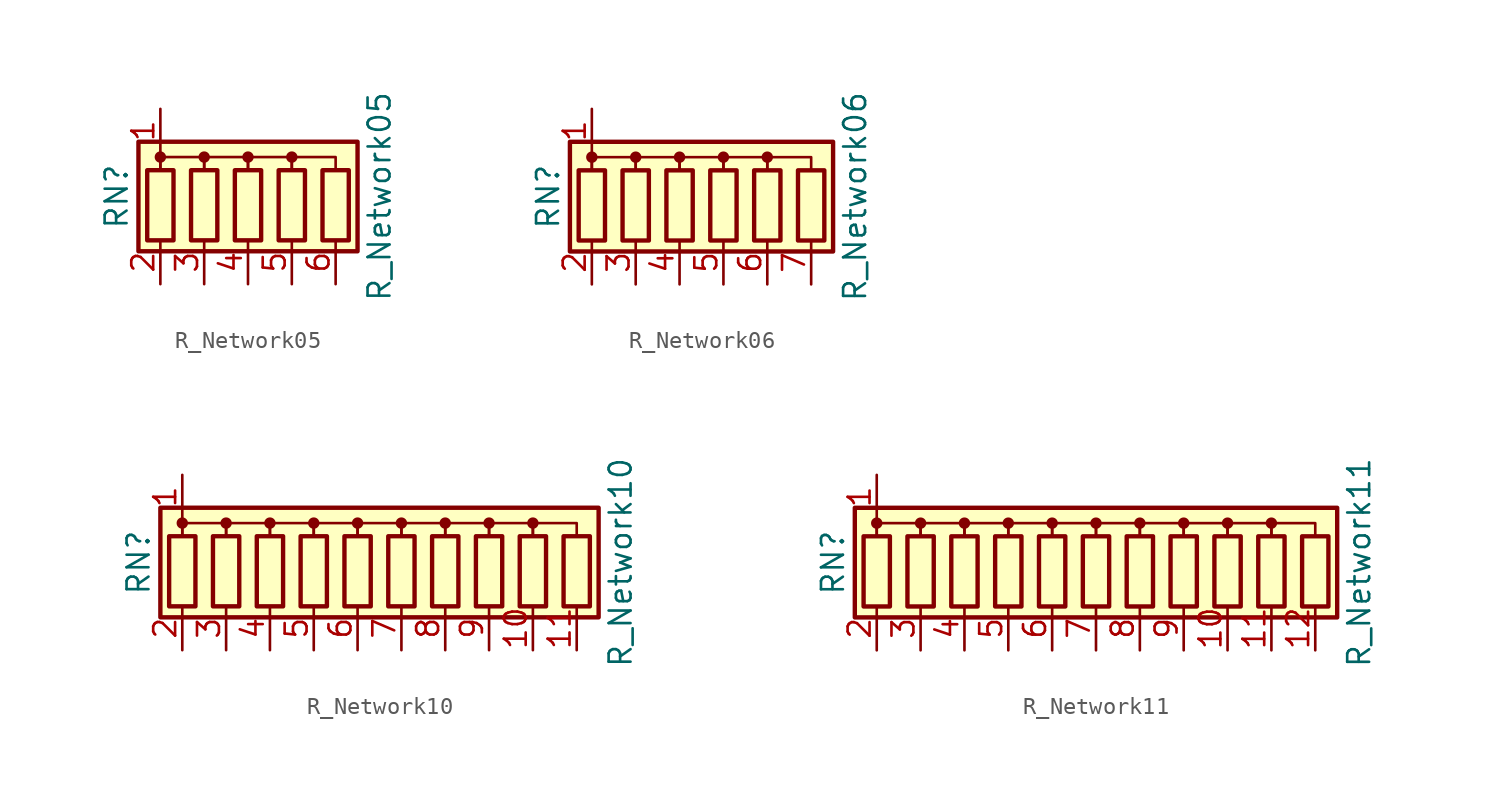
<source format=kicad_sym>
(kicad_symbol_lib
  (version 20201005)
  (generator kicad_symbol_editor)
  (symbol "R_Network05"
    (pin_names
      (offset 0) hide)
    (property "Reference" "RN"
      (at -7.62 0 90)
      (effects (font (size 1.27 1.27))))
    (property "Value" "R_Network05"
      (at 7.62 0 90)
      (effects (font (size 1.27 1.27))))
    (symbol "R_Network05_0_1"
      (circle (center -5.08 2.286) (radius 0.254) (stroke (width 0)) (fill (type outline)))
      (circle (center -2.54 2.286) (radius 0.254) (stroke (width 0)) (fill (type outline)))
      (circle (center 0 2.286) (radius 0.254) (stroke (width 0)) (fill (type outline)))
      (circle (center 2.54 2.286) (radius 0.254) (stroke (width 0)) (fill (type outline)))
      (rectangle (start -5.842 1.524) (end -4.318 -2.54) (stroke (width 0.254)) (fill (type none)))
      (rectangle (start -3.302 1.524) (end -1.778 -2.54) (stroke (width 0.254)) (fill (type none)))
      (rectangle (start -0.762 1.524) (end 0.762 -2.54) (stroke (width 0.254)) (fill (type none)))
      (rectangle (start 1.778 1.524) (end 3.302 -2.54) (stroke (width 0.254)) (fill (type none)))
      (rectangle (start 4.318 1.524) (end 5.842 -2.54) (stroke (width 0.254)) (fill (type none)))
      (rectangle (start -6.35 -3.175) (end 6.35 3.175) (stroke (width 0.254)) (fill (type background)))
      (polyline (pts (xy -5.08 2.54) (xy -5.08 1.524)) (stroke (width 0)) (fill (type none)))
      (polyline (pts (xy -5.08 1.524) (xy -5.08 2.286) (xy -2.54 2.286) (xy -2.54 1.524)) (stroke (width 0)) (fill (type none)))
      (polyline (pts (xy -2.54 1.524) (xy -2.54 2.286) (xy 0 2.286) (xy 0 1.524)) (stroke (width 0)) (fill (type none)))
      (polyline (pts (xy 0 1.524) (xy 0 2.286) (xy 2.54 2.286) (xy 2.54 1.524)) (stroke (width 0)) (fill (type none)))
      (polyline (pts (xy 2.54 1.524) (xy 2.54 2.286) (xy 5.08 2.286) (xy 5.08 1.524)) (stroke (width 0)) (fill (type none))))
    (symbol "R_Network05_1_1"
      (pin passive line (at -5.08 5.08 270) (length 2.54) (name "common" (effects (font (size 1.27 1.27)))) (number "1" (effects (font (size 1.27 1.27)))))
      (pin passive line (at -5.08 -5.08 90) (length 2.54) (name "R1" (effects (font (size 1.27 1.27)))) (number "2" (effects (font (size 1.27 1.27)))))
      (pin passive line (at -2.54 -5.08 90) (length 2.54) (name "R2" (effects (font (size 1.27 1.27)))) (number "3" (effects (font (size 1.27 1.27)))))
      (pin passive line (at 0 -5.08 90) (length 2.54) (name "R3" (effects (font (size 1.27 1.27)))) (number "4" (effects (font (size 1.27 1.27)))))
      (pin passive line (at 2.54 -5.08 90) (length 2.54) (name "R4" (effects (font (size 1.27 1.27)))) (number "5" (effects (font (size 1.27 1.27)))))
      (pin passive line (at 5.08 -5.08 90) (length 2.54) (name "R5" (effects (font (size 1.27 1.27)))) (number "6" (effects (font (size 1.27 1.27)))))))
  (symbol "R_Network06"
    (pin_names
      (offset 0) hide)
    (property "Reference" "RN"
      (at -10.16 0 90)
      (effects (font (size 1.27 1.27))))
    (property "Value" "R_Network06"
      (at 7.62 0 90)
      (effects (font (size 1.27 1.27))))
    (symbol "R_Network06_0_1"
      (circle (center -7.62 2.286) (radius 0.254) (stroke (width 0)) (fill (type outline)))
      (circle (center -5.08 2.286) (radius 0.254) (stroke (width 0)) (fill (type outline)))
      (circle (center -2.54 2.286) (radius 0.254) (stroke (width 0)) (fill (type outline)))
      (circle (center 0 2.286) (radius 0.254) (stroke (width 0)) (fill (type outline)))
      (circle (center 2.54 2.286) (radius 0.254) (stroke (width 0)) (fill (type outline)))
      (rectangle (start -8.382 1.524) (end -6.858 -2.54) (stroke (width 0.254)) (fill (type none)))
      (rectangle (start -5.842 1.524) (end -4.318 -2.54) (stroke (width 0.254)) (fill (type none)))
      (rectangle (start -3.302 1.524) (end -1.778 -2.54) (stroke (width 0.254)) (fill (type none)))
      (rectangle (start -0.762 1.524) (end 0.762 -2.54) (stroke (width 0.254)) (fill (type none)))
      (rectangle (start 1.778 1.524) (end 3.302 -2.54) (stroke (width 0.254)) (fill (type none)))
      (rectangle (start 4.318 1.524) (end 5.842 -2.54) (stroke (width 0.254)) (fill (type none)))
      (rectangle (start -8.89 -3.175) (end 6.35 3.175) (stroke (width 0.254)) (fill (type background)))
      (polyline (pts (xy -7.62 2.54) (xy -7.62 1.524)) (stroke (width 0)) (fill (type none)))
      (polyline (pts (xy -7.62 1.524) (xy -7.62 2.286) (xy -5.08 2.286) (xy -5.08 1.524)) (stroke (width 0)) (fill (type none)))
      (polyline (pts (xy -5.08 1.524) (xy -5.08 2.286) (xy -2.54 2.286) (xy -2.54 1.524)) (stroke (width 0)) (fill (type none)))
      (polyline (pts (xy -2.54 1.524) (xy -2.54 2.286) (xy 0 2.286) (xy 0 1.524)) (stroke (width 0)) (fill (type none)))
      (polyline (pts (xy 0 1.524) (xy 0 2.286) (xy 2.54 2.286) (xy 2.54 1.524)) (stroke (width 0)) (fill (type none)))
      (polyline (pts (xy 2.54 1.524) (xy 2.54 2.286) (xy 5.08 2.286) (xy 5.08 1.524)) (stroke (width 0)) (fill (type none))))
    (symbol "R_Network06_1_1"
      (pin passive line (at -7.62 5.08 270) (length 2.54) (name "common" (effects (font (size 1.27 1.27)))) (number "1" (effects (font (size 1.27 1.27)))))
      (pin passive line (at -7.62 -5.08 90) (length 2.54) (name "R1" (effects (font (size 1.27 1.27)))) (number "2" (effects (font (size 1.27 1.27)))))
      (pin passive line (at -5.08 -5.08 90) (length 2.54) (name "R2" (effects (font (size 1.27 1.27)))) (number "3" (effects (font (size 1.27 1.27)))))
      (pin passive line (at -2.54 -5.08 90) (length 2.54) (name "R3" (effects (font (size 1.27 1.27)))) (number "4" (effects (font (size 1.27 1.27)))))
      (pin passive line (at 0 -5.08 90) (length 2.54) (name "R4" (effects (font (size 1.27 1.27)))) (number "5" (effects (font (size 1.27 1.27)))))
      (pin passive line (at 2.54 -5.08 90) (length 2.54) (name "R5" (effects (font (size 1.27 1.27)))) (number "6" (effects (font (size 1.27 1.27)))))
      (pin passive line (at 5.08 -5.08 90) (length 2.54) (name "R6" (effects (font (size 1.27 1.27)))) (number "7" (effects (font (size 1.27 1.27)))))))
  (symbol "R_Network10"
    (pin_names
      (offset 0) hide)
    (property "Reference" "RN"
      (at -15.24 0 90)
      (effects (font (size 1.27 1.27))))
    (property "Value" "R_Network10"
      (at 12.7 0 90)
      (effects (font (size 1.27 1.27))))
    (symbol "R_Network10_0_1"
      (circle (center -12.7 2.286) (radius 0.254) (stroke (width 0)) (fill (type outline)))
      (circle (center -10.16 2.286) (radius 0.254) (stroke (width 0)) (fill (type outline)))
      (circle (center -7.62 2.286) (radius 0.254) (stroke (width 0)) (fill (type outline)))
      (circle (center -5.08 2.286) (radius 0.254) (stroke (width 0)) (fill (type outline)))
      (circle (center -2.54 2.286) (radius 0.254) (stroke (width 0)) (fill (type outline)))
      (circle (center 0 2.286) (radius 0.254) (stroke (width 0)) (fill (type outline)))
      (circle (center 2.54 2.286) (radius 0.254) (stroke (width 0)) (fill (type outline)))
      (circle (center 5.08 2.286) (radius 0.254) (stroke (width 0)) (fill (type outline)))
      (circle (center 7.62 2.286) (radius 0.254) (stroke (width 0)) (fill (type outline)))
      (rectangle (start -13.462 1.524) (end -11.938 -2.54) (stroke (width 0.254)) (fill (type none)))
      (rectangle (start -10.922 1.524) (end -9.398 -2.54) (stroke (width 0.254)) (fill (type none)))
      (rectangle (start -8.382 1.524) (end -6.858 -2.54) (stroke (width 0.254)) (fill (type none)))
      (rectangle (start -5.842 1.524) (end -4.318 -2.54) (stroke (width 0.254)) (fill (type none)))
      (rectangle (start -3.302 1.524) (end -1.778 -2.54) (stroke (width 0.254)) (fill (type none)))
      (rectangle (start -0.762 1.524) (end 0.762 -2.54) (stroke (width 0.254)) (fill (type none)))
      (rectangle (start 1.778 1.524) (end 3.302 -2.54) (stroke (width 0.254)) (fill (type none)))
      (rectangle (start 4.318 1.524) (end 5.842 -2.54) (stroke (width 0.254)) (fill (type none)))
      (rectangle (start 6.858 1.524) (end 8.382 -2.54) (stroke (width 0.254)) (fill (type none)))
      (rectangle (start 9.398 1.524) (end 10.922 -2.54) (stroke (width 0.254)) (fill (type none)))
      (rectangle (start -13.97 -3.175) (end 11.43 3.175) (stroke (width 0.254)) (fill (type background)))
      (polyline (pts (xy -12.7 2.54) (xy -12.7 1.524)) (stroke (width 0)) (fill (type none)))
      (polyline (pts (xy -12.7 1.524) (xy -12.7 2.286) (xy -10.16 2.286) (xy -10.16 1.524)) (stroke (width 0)) (fill (type none)))
      (polyline (pts (xy -10.16 1.524) (xy -10.16 2.286) (xy -7.62 2.286) (xy -7.62 1.524)) (stroke (width 0)) (fill (type none)))
      (polyline (pts (xy -7.62 1.524) (xy -7.62 2.286) (xy -5.08 2.286) (xy -5.08 1.524)) (stroke (width 0)) (fill (type none)))
      (polyline (pts (xy -5.08 1.524) (xy -5.08 2.286) (xy -2.54 2.286) (xy -2.54 1.524)) (stroke (width 0)) (fill (type none)))
      (polyline (pts (xy -2.54 1.524) (xy -2.54 2.286) (xy 0 2.286) (xy 0 1.524)) (stroke (width 0)) (fill (type none)))
      (polyline (pts (xy 0 1.524) (xy 0 2.286) (xy 2.54 2.286) (xy 2.54 1.524)) (stroke (width 0)) (fill (type none)))
      (polyline (pts (xy 2.54 1.524) (xy 2.54 2.286) (xy 5.08 2.286) (xy 5.08 1.524)) (stroke (width 0)) (fill (type none)))
      (polyline (pts (xy 5.08 1.524) (xy 5.08 2.286) (xy 7.62 2.286) (xy 7.62 1.524)) (stroke (width 0)) (fill (type none)))
      (polyline (pts (xy 7.62 1.524) (xy 7.62 2.286) (xy 10.16 2.286) (xy 10.16 1.524)) (stroke (width 0)) (fill (type none))))
    (symbol "R_Network10_1_1"
      (pin passive line (at -12.7 5.08 270) (length 2.54) (name "common" (effects (font (size 1.27 1.27)))) (number "1" (effects (font (size 1.27 1.27)))))
      (pin passive line (at 7.62 -5.08 90) (length 2.54) (name "R9" (effects (font (size 1.27 1.27)))) (number "10" (effects (font (size 1.27 1.27)))))
      (pin passive line (at 10.16 -5.08 90) (length 2.54) (name "R10" (effects (font (size 1.27 1.27)))) (number "11" (effects (font (size 1.27 1.27)))))
      (pin passive line (at -12.7 -5.08 90) (length 2.54) (name "R1" (effects (font (size 1.27 1.27)))) (number "2" (effects (font (size 1.27 1.27)))))
      (pin passive line (at -10.16 -5.08 90) (length 2.54) (name "R2" (effects (font (size 1.27 1.27)))) (number "3" (effects (font (size 1.27 1.27)))))
      (pin passive line (at -7.62 -5.08 90) (length 2.54) (name "R3" (effects (font (size 1.27 1.27)))) (number "4" (effects (font (size 1.27 1.27)))))
      (pin passive line (at -5.08 -5.08 90) (length 2.54) (name "R4" (effects (font (size 1.27 1.27)))) (number "5" (effects (font (size 1.27 1.27)))))
      (pin passive line (at -2.54 -5.08 90) (length 2.54) (name "R5" (effects (font (size 1.27 1.27)))) (number "6" (effects (font (size 1.27 1.27)))))
      (pin passive line (at 0 -5.08 90) (length 2.54) (name "R6" (effects (font (size 1.27 1.27)))) (number "7" (effects (font (size 1.27 1.27)))))
      (pin passive line (at 2.54 -5.08 90) (length 2.54) (name "R7" (effects (font (size 1.27 1.27)))) (number "8" (effects (font (size 1.27 1.27)))))
      (pin passive line (at 5.08 -5.08 90) (length 2.54) (name "R8" (effects (font (size 1.27 1.27)))) (number "9" (effects (font (size 1.27 1.27)))))))
  (symbol "R_Network11"
    (pin_names
      (offset 0) hide)
    (property "Reference" "RN"
      (at -15.24 0 90)
      (effects (font (size 1.27 1.27))))
    (property "Value" "R_Network11"
      (at 15.24 0 90)
      (effects (font (size 1.27 1.27))))
    (symbol "R_Network11_0_1"
      (circle (center -12.7 2.286) (radius 0.254) (stroke (width 0)) (fill (type outline)))
      (circle (center -10.16 2.286) (radius 0.254) (stroke (width 0)) (fill (type outline)))
      (circle (center -7.62 2.286) (radius 0.254) (stroke (width 0)) (fill (type outline)))
      (circle (center -5.08 2.286) (radius 0.254) (stroke (width 0)) (fill (type outline)))
      (circle (center -2.54 2.286) (radius 0.254) (stroke (width 0)) (fill (type outline)))
      (circle (center 0 2.286) (radius 0.254) (stroke (width 0)) (fill (type outline)))
      (circle (center 2.54 2.286) (radius 0.254) (stroke (width 0)) (fill (type outline)))
      (circle (center 5.08 2.286) (radius 0.254) (stroke (width 0)) (fill (type outline)))
      (circle (center 7.62 2.286) (radius 0.254) (stroke (width 0)) (fill (type outline)))
      (circle (center 10.16 2.286) (radius 0.254) (stroke (width 0)) (fill (type outline)))
      (rectangle (start -13.462 1.524) (end -11.938 -2.54) (stroke (width 0.254)) (fill (type none)))
      (rectangle (start -10.922 1.524) (end -9.398 -2.54) (stroke (width 0.254)) (fill (type none)))
      (rectangle (start -8.382 1.524) (end -6.858 -2.54) (stroke (width 0.254)) (fill (type none)))
      (rectangle (start -5.842 1.524) (end -4.318 -2.54) (stroke (width 0.254)) (fill (type none)))
      (rectangle (start -3.302 1.524) (end -1.778 -2.54) (stroke (width 0.254)) (fill (type none)))
      (rectangle (start -0.762 1.524) (end 0.762 -2.54) (stroke (width 0.254)) (fill (type none)))
      (rectangle (start 1.778 1.524) (end 3.302 -2.54) (stroke (width 0.254)) (fill (type none)))
      (rectangle (start 4.318 1.524) (end 5.842 -2.54) (stroke (width 0.254)) (fill (type none)))
      (rectangle (start 6.858 1.524) (end 8.382 -2.54) (stroke (width 0.254)) (fill (type none)))
      (rectangle (start 9.398 1.524) (end 10.922 -2.54) (stroke (width 0.254)) (fill (type none)))
      (rectangle (start 11.938 1.524) (end 13.462 -2.54) (stroke (width 0.254)) (fill (type none)))
      (rectangle (start -13.97 -3.175) (end 13.97 3.175) (stroke (width 0.254)) (fill (type background)))
      (polyline (pts (xy -12.7 2.54) (xy -12.7 1.524)) (stroke (width 0)) (fill (type none)))
      (polyline (pts (xy -12.7 1.524) (xy -12.7 2.286) (xy -10.16 2.286) (xy -10.16 1.524)) (stroke (width 0)) (fill (type none)))
      (polyline (pts (xy -10.16 1.524) (xy -10.16 2.286) (xy -7.62 2.286) (xy -7.62 1.524)) (stroke (width 0)) (fill (type none)))
      (polyline (pts (xy -7.62 1.524) (xy -7.62 2.286) (xy -5.08 2.286) (xy -5.08 1.524)) (stroke (width 0)) (fill (type none)))
      (polyline (pts (xy -5.08 1.524) (xy -5.08 2.286) (xy -2.54 2.286) (xy -2.54 1.524)) (stroke (width 0)) (fill (type none)))
      (polyline (pts (xy -2.54 1.524) (xy -2.54 2.286) (xy 0 2.286) (xy 0 1.524)) (stroke (width 0)) (fill (type none)))
      (polyline (pts (xy 0 1.524) (xy 0 2.286) (xy 2.54 2.286) (xy 2.54 1.524)) (stroke (width 0)) (fill (type none)))
      (polyline (pts (xy 2.54 1.524) (xy 2.54 2.286) (xy 5.08 2.286) (xy 5.08 1.524)) (stroke (width 0)) (fill (type none)))
      (polyline (pts (xy 5.08 1.524) (xy 5.08 2.286) (xy 7.62 2.286) (xy 7.62 1.524)) (stroke (width 0)) (fill (type none)))
      (polyline (pts (xy 7.62 1.524) (xy 7.62 2.286) (xy 10.16 2.286) (xy 10.16 1.524)) (stroke (width 0)) (fill (type none)))
      (polyline (pts (xy 10.16 1.524) (xy 10.16 2.286) (xy 12.7 2.286) (xy 12.7 1.524)) (stroke (width 0)) (fill (type none))))
    (symbol "R_Network11_1_1"
      (pin passive line (at -12.7 5.08 270) (length 2.54) (name "common" (effects (font (size 1.27 1.27)))) (number "1" (effects (font (size 1.27 1.27)))))
      (pin passive line (at 7.62 -5.08 90) (length 2.54) (name "R9" (effects (font (size 1.27 1.27)))) (number "10" (effects (font (size 1.27 1.27)))))
      (pin passive line (at 10.16 -5.08 90) (length 2.54) (name "R10" (effects (font (size 1.27 1.27)))) (number "11" (effects (font (size 1.27 1.27)))))
      (pin passive line (at 12.7 -5.08 90) (length 2.54) (name "R11" (effects (font (size 1.27 1.27)))) (number "12" (effects (font (size 1.27 1.27)))))
      (pin passive line (at -12.7 -5.08 90) (length 2.54) (name "R1" (effects (font (size 1.27 1.27)))) (number "2" (effects (font (size 1.27 1.27)))))
      (pin passive line (at -10.16 -5.08 90) (length 2.54) (name "R2" (effects (font (size 1.27 1.27)))) (number "3" (effects (font (size 1.27 1.27)))))
      (pin passive line (at -7.62 -5.08 90) (length 2.54) (name "R3" (effects (font (size 1.27 1.27)))) (number "4" (effects (font (size 1.27 1.27)))))
      (pin passive line (at -5.08 -5.08 90) (length 2.54) (name "R4" (effects (font (size 1.27 1.27)))) (number "5" (effects (font (size 1.27 1.27)))))
      (pin passive line (at -2.54 -5.08 90) (length 2.54) (name "R5" (effects (font (size 1.27 1.27)))) (number "6" (effects (font (size 1.27 1.27)))))
      (pin passive line (at 0 -5.08 90) (length 2.54) (name "R6" (effects (font (size 1.27 1.27)))) (number "7" (effects (font (size 1.27 1.27)))))
      (pin passive line (at 2.54 -5.08 90) (length 2.54) (name "R7" (effects (font (size 1.27 1.27)))) (number "8" (effects (font (size 1.27 1.27)))))
      (pin passive line (at 5.08 -5.08 90) (length 2.54) (name "R8" (effects (font (size 1.27 1.27)))) (number "9" (effects (font (size 1.27 1.27))))))))
</source>
